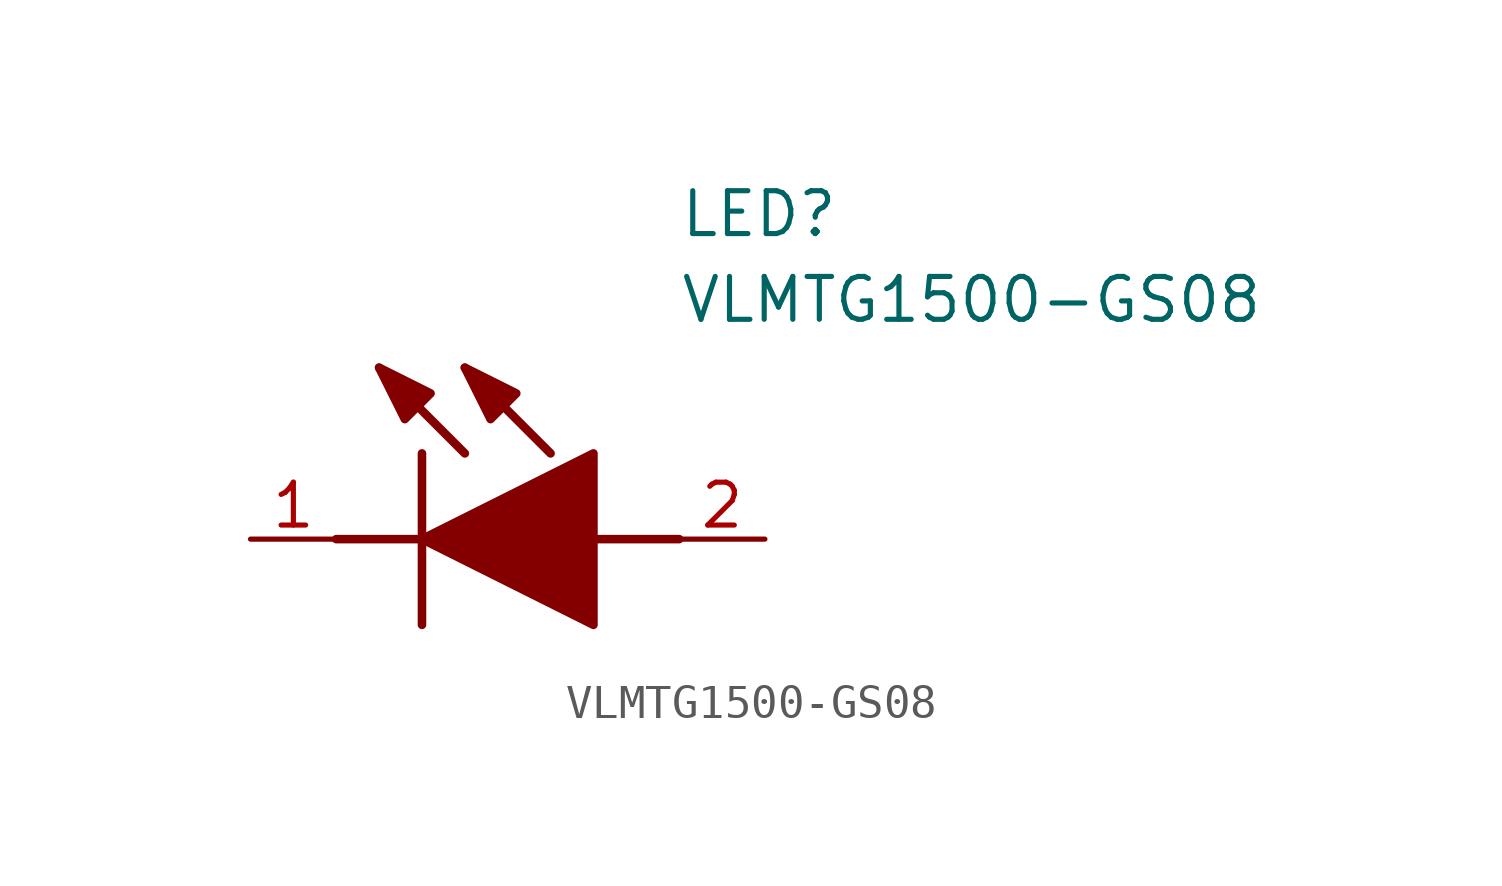
<source format=kicad_sym>
(kicad_symbol_lib
  (version 20211014)
  (generator SamacSys_ECAD_Model)
  (symbol "VLMTG1500-GS08"
    (pin_names hide)
    (property "Reference" "LED"
      (at 12.7 8.89 0)
      (effects (font (size 1.27 1.27)) (justify left bottom)))
    (property "Value" "VLMTG1500-GS08"
      (at 12.7 6.35 0)
      (effects (font (size 1.27 1.27)) (justify left bottom)))
    (polyline
      (pts (xy 5.08 2.54) (xy 5.08 -2.54))
      (stroke (width 0.254) (type default))
      (fill (type none)))
    (polyline
      (pts (xy 6.35 2.54) (xy 3.81 5.08))
      (stroke (width 0.254) (type default))
      (fill (type none)))
    (polyline
      (pts (xy 8.89 2.54) (xy 6.35 5.08))
      (stroke (width 0.254) (type default))
      (fill (type none)))
    (polyline
      (pts (xy 2.54 0) (xy 5.08 0))
      (stroke (width 0.254) (type default))
      (fill (type none)))
    (polyline
      (pts (xy 10.16 0) (xy 12.7 0))
      (stroke (width 0.254) (type default))
      (fill (type none)))
    (polyline
      (pts (xy 5.08 0) (xy 10.16 2.54) (xy 10.16 -2.54) (xy 5.08 0))
      (stroke (width 0.254) (type default))
      (fill (type outline)))
    (polyline
      (pts (xy 5.334 4.318) (xy 4.572 3.556) (xy 3.81 5.08) (xy 5.334 4.318))
      (stroke (width 0.254) (type default))
      (fill (type outline)))
    (polyline
      (pts (xy 7.874 4.318) (xy 7.112 3.556) (xy 6.35 5.08) (xy 7.874 4.318))
      (stroke (width 0.254) (type default))
      (fill (type outline)))
    (pin passive line
      (at 0 0 0)
      (length 2.54)
      (name "K" (effects (font (size 1.27 1.27))))
      (number "1" (effects (font (size 1.27 1.27)))))
    (pin passive line
      (at 15.24 0 180)
      (length 2.54)
      (name "A" (effects (font (size 1.27 1.27))))
      (number "2" (effects (font (size 1.27 1.27)))))))
</source>
